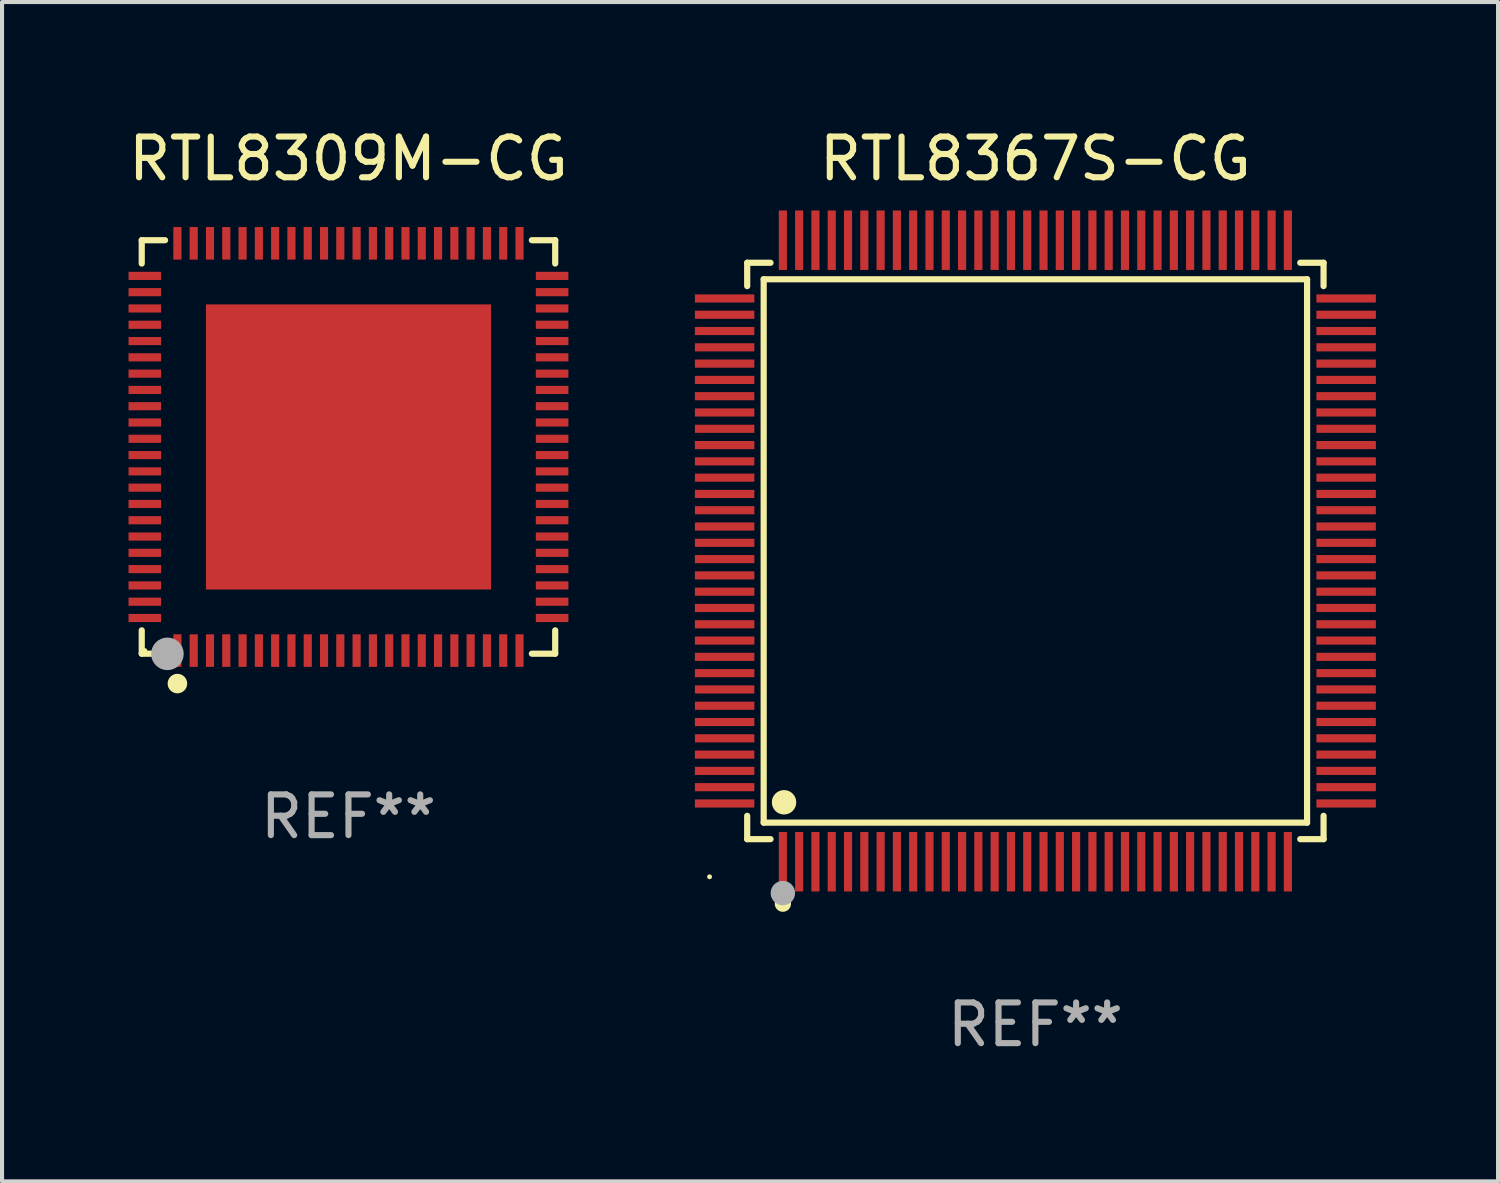
<source format=kicad_pcb>
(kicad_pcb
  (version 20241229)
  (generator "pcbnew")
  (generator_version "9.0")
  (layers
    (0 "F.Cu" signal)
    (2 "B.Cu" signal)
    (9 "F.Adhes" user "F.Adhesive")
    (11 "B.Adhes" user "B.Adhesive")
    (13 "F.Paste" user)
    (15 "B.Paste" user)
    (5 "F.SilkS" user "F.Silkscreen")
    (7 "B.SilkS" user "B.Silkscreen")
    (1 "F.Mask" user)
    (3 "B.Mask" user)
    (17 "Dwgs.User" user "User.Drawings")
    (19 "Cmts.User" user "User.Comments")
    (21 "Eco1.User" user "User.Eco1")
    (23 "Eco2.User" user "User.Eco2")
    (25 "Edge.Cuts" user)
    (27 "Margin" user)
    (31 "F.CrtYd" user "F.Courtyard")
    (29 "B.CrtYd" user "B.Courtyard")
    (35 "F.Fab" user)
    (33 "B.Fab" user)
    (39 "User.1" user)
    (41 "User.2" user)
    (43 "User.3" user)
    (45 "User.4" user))
  (footprint "RTL8367S-CG"
    (layer "F.Cu")
    (at 22.372 10.478)
    (property "Reference" "RTL8367S-CG" (at 0 -9.63 0) (layer "F.SilkS") (effects (font (size 1 1) (thickness 0.15))))
    (attr through_hole)
    (fp_line (start -7.076 -7.076) (end -6.503 -7.076) (stroke (width 0.152) (type solid)) (layer "F.SilkS"))
    (fp_line (start -7.076 -6.503) (end -7.076 -7.076) (stroke (width 0.152) (type solid)) (layer "F.SilkS"))
    (fp_line (start -7.076 6.503) (end -7.076 7.076) (stroke (width 0.152) (type solid)) (layer "F.SilkS"))
    (fp_line (start -7.076 7.076) (end -6.503 7.076) (stroke (width 0.152) (type solid)) (layer "F.SilkS"))
    (fp_line (start -6.671 -6.671) (end 6.671 -6.671) (stroke (width 0.152) (type solid)) (layer "F.SilkS"))
    (fp_line (start -6.671 6.671) (end -6.671 -6.671) (stroke (width 0.152) (type solid)) (layer "F.SilkS"))
    (fp_line (start 6.671 -6.671) (end 6.671 6.671) (stroke (width 0.152) (type solid)) (layer "F.SilkS"))
    (fp_line (start 6.671 6.671) (end -6.671 6.671) (stroke (width 0.152) (type solid)) (layer "F.SilkS"))
    (fp_line (start 7.076 -7.076) (end 6.503 -7.076) (stroke (width 0.152) (type solid)) (layer "F.SilkS"))
    (fp_line (start 7.076 -6.503) (end 7.076 -7.076) (stroke (width 0.152) (type solid)) (layer "F.SilkS"))
    (fp_line (start 7.076 6.503) (end 7.076 7.076) (stroke (width 0.152) (type solid)) (layer "F.SilkS"))
    (fp_line (start 7.076 7.076) (end 6.503 7.076) (stroke (width 0.152) (type solid)) (layer "F.SilkS"))
    (fp_circle (center -8 8) (end -7.97 8) (stroke (width 0.06) (type solid)) (fill no) (layer "F.SilkS"))
    (fp_circle (center -6.2 8.66) (end -6.1 8.66) (stroke (width 0.2) (type solid)) (fill no) (layer "F.SilkS"))
    (fp_circle (center -6.171 6.171) (end -6.021 6.171) (stroke (width 0.3) (type solid)) (fill no) (layer "F.SilkS"))
    (fp_circle (center -6.2 8.4) (end -6.05 8.4) (stroke (width 0.3) (type solid)) (fill no) (layer "F.Fab"))
    (fp_text user "REF**" (at 0 11.63 0) (layer "F.Fab") (effects (font (size 1 1) (thickness 0.15))))
    (pad "1" smd rect (at -6.2 7.63) (size 0.2 1.46) (layers "F.Cu" "F.Mask" "F.Paste"))
    (pad "2" smd rect (at -5.8 7.63) (size 0.2 1.46) (layers "F.Cu" "F.Mask" "F.Paste"))
    (pad "3" smd rect (at -5.4 7.63) (size 0.2 1.46) (layers "F.Cu" "F.Mask" "F.Paste"))
    (pad "4" smd rect (at -5 7.63) (size 0.2 1.46) (layers "F.Cu" "F.Mask" "F.Paste"))
    (pad "5" smd rect (at -4.6 7.63) (size 0.2 1.46) (layers "F.Cu" "F.Mask" "F.Paste"))
    (pad "6" smd rect (at -4.2 7.63) (size 0.2 1.46) (layers "F.Cu" "F.Mask" "F.Paste"))
    (pad "7" smd rect (at -3.8 7.63) (size 0.2 1.46) (layers "F.Cu" "F.Mask" "F.Paste"))
    (pad "8" smd rect (at -3.4 7.63) (size 0.2 1.46) (layers "F.Cu" "F.Mask" "F.Paste"))
    (pad "9" smd rect (at -3 7.63) (size 0.2 1.46) (layers "F.Cu" "F.Mask" "F.Paste"))
    (pad "10" smd rect (at -2.6 7.63) (size 0.2 1.46) (layers "F.Cu" "F.Mask" "F.Paste"))
    (pad "11" smd rect (at -2.2 7.63) (size 0.2 1.46) (layers "F.Cu" "F.Mask" "F.Paste"))
    (pad "12" smd rect (at -1.8 7.63) (size 0.2 1.46) (layers "F.Cu" "F.Mask" "F.Paste"))
    (pad "13" smd rect (at -1.4 7.63) (size 0.2 1.46) (layers "F.Cu" "F.Mask" "F.Paste"))
    (pad "14" smd rect (at -1 7.63) (size 0.2 1.46) (layers "F.Cu" "F.Mask" "F.Paste"))
    (pad "15" smd rect (at -0.6 7.63) (size 0.2 1.46) (layers "F.Cu" "F.Mask" "F.Paste"))
    (pad "16" smd rect (at -0.2 7.63) (size 0.2 1.46) (layers "F.Cu" "F.Mask" "F.Paste"))
    (pad "17" smd rect (at 0.2 7.63) (size 0.2 1.46) (layers "F.Cu" "F.Mask" "F.Paste"))
    (pad "18" smd rect (at 0.6 7.63) (size 0.2 1.46) (layers "F.Cu" "F.Mask" "F.Paste"))
    (pad "19" smd rect (at 1 7.63) (size 0.2 1.46) (layers "F.Cu" "F.Mask" "F.Paste"))
    (pad "20" smd rect (at 1.4 7.63) (size 0.2 1.46) (layers "F.Cu" "F.Mask" "F.Paste"))
    (pad "21" smd rect (at 1.8 7.63) (size 0.2 1.46) (layers "F.Cu" "F.Mask" "F.Paste"))
    (pad "22" smd rect (at 2.2 7.63) (size 0.2 1.46) (layers "F.Cu" "F.Mask" "F.Paste"))
    (pad "23" smd rect (at 2.6 7.63) (size 0.2 1.46) (layers "F.Cu" "F.Mask" "F.Paste"))
    (pad "24" smd rect (at 3 7.63) (size 0.2 1.46) (layers "F.Cu" "F.Mask" "F.Paste"))
    (pad "25" smd rect (at 3.4 7.63) (size 0.2 1.46) (layers "F.Cu" "F.Mask" "F.Paste"))
    (pad "26" smd rect (at 3.8 7.63) (size 0.2 1.46) (layers "F.Cu" "F.Mask" "F.Paste"))
    (pad "27" smd rect (at 4.2 7.63) (size 0.2 1.46) (layers "F.Cu" "F.Mask" "F.Paste"))
    (pad "28" smd rect (at 4.6 7.63) (size 0.2 1.46) (layers "F.Cu" "F.Mask" "F.Paste"))
    (pad "29" smd rect (at 5 7.63) (size 0.2 1.46) (layers "F.Cu" "F.Mask" "F.Paste"))
    (pad "30" smd rect (at 5.4 7.63) (size 0.2 1.46) (layers "F.Cu" "F.Mask" "F.Paste"))
    (pad "31" smd rect (at 5.8 7.63) (size 0.2 1.46) (layers "F.Cu" "F.Mask" "F.Paste"))
    (pad "32" smd rect (at 6.2 7.63) (size 0.2 1.46) (layers "F.Cu" "F.Mask" "F.Paste"))
    (pad "33" smd rect (at 7.63 6.2) (size 1.46 0.2) (layers "F.Cu" "F.Mask" "F.Paste"))
    (pad "34" smd rect (at 7.63 5.8) (size 1.46 0.2) (layers "F.Cu" "F.Mask" "F.Paste"))
    (pad "35" smd rect (at 7.63 5.4) (size 1.46 0.2) (layers "F.Cu" "F.Mask" "F.Paste"))
    (pad "36" smd rect (at 7.63 5) (size 1.46 0.2) (layers "F.Cu" "F.Mask" "F.Paste"))
    (pad "37" smd rect (at 7.63 4.6) (size 1.46 0.2) (layers "F.Cu" "F.Mask" "F.Paste"))
    (pad "38" smd rect (at 7.63 4.2) (size 1.46 0.2) (layers "F.Cu" "F.Mask" "F.Paste"))
    (pad "39" smd rect (at 7.63 3.8) (size 1.46 0.2) (layers "F.Cu" "F.Mask" "F.Paste"))
    (pad "40" smd rect (at 7.63 3.4) (size 1.46 0.2) (layers "F.Cu" "F.Mask" "F.Paste"))
    (pad "41" smd rect (at 7.63 3) (size 1.46 0.2) (layers "F.Cu" "F.Mask" "F.Paste"))
    (pad "42" smd rect (at 7.63 2.6) (size 1.46 0.2) (layers "F.Cu" "F.Mask" "F.Paste"))
    (pad "43" smd rect (at 7.63 2.2) (size 1.46 0.2) (layers "F.Cu" "F.Mask" "F.Paste"))
    (pad "44" smd rect (at 7.63 1.8) (size 1.46 0.2) (layers "F.Cu" "F.Mask" "F.Paste"))
    (pad "45" smd rect (at 7.63 1.4) (size 1.46 0.2) (layers "F.Cu" "F.Mask" "F.Paste"))
    (pad "46" smd rect (at 7.63 1) (size 1.46 0.2) (layers "F.Cu" "F.Mask" "F.Paste"))
    (pad "47" smd rect (at 7.63 0.6) (size 1.46 0.2) (layers "F.Cu" "F.Mask" "F.Paste"))
    (pad "48" smd rect (at 7.63 0.2) (size 1.46 0.2) (layers "F.Cu" "F.Mask" "F.Paste"))
    (pad "49" smd rect (at 7.63 -0.2) (size 1.46 0.2) (layers "F.Cu" "F.Mask" "F.Paste"))
    (pad "50" smd rect (at 7.63 -0.6) (size 1.46 0.2) (layers "F.Cu" "F.Mask" "F.Paste"))
    (pad "51" smd rect (at 7.63 -1) (size 1.46 0.2) (layers "F.Cu" "F.Mask" "F.Paste"))
    (pad "52" smd rect (at 7.63 -1.4) (size 1.46 0.2) (layers "F.Cu" "F.Mask" "F.Paste"))
    (pad "53" smd rect (at 7.63 -1.8) (size 1.46 0.2) (layers "F.Cu" "F.Mask" "F.Paste"))
    (pad "54" smd rect (at 7.63 -2.2) (size 1.46 0.2) (layers "F.Cu" "F.Mask" "F.Paste"))
    (pad "55" smd rect (at 7.63 -2.6) (size 1.46 0.2) (layers "F.Cu" "F.Mask" "F.Paste"))
    (pad "56" smd rect (at 7.63 -3) (size 1.46 0.2) (layers "F.Cu" "F.Mask" "F.Paste"))
    (pad "57" smd rect (at 7.63 -3.4) (size 1.46 0.2) (layers "F.Cu" "F.Mask" "F.Paste"))
    (pad "58" smd rect (at 7.63 -3.8) (size 1.46 0.2) (layers "F.Cu" "F.Mask" "F.Paste"))
    (pad "59" smd rect (at 7.63 -4.2) (size 1.46 0.2) (layers "F.Cu" "F.Mask" "F.Paste"))
    (pad "60" smd rect (at 7.63 -4.6) (size 1.46 0.2) (layers "F.Cu" "F.Mask" "F.Paste"))
    (pad "61" smd rect (at 7.63 -5) (size 1.46 0.2) (layers "F.Cu" "F.Mask" "F.Paste"))
    (pad "62" smd rect (at 7.63 -5.4) (size 1.46 0.2) (layers "F.Cu" "F.Mask" "F.Paste"))
    (pad "63" smd rect (at 7.63 -5.8) (size 1.46 0.2) (layers "F.Cu" "F.Mask" "F.Paste"))
    (pad "64" smd rect (at 7.63 -6.2) (size 1.46 0.2) (layers "F.Cu" "F.Mask" "F.Paste"))
    (pad "65" smd rect (at 6.2 -7.63) (size 0.2 1.46) (layers "F.Cu" "F.Mask" "F.Paste"))
    (pad "66" smd rect (at 5.8 -7.63) (size 0.2 1.46) (layers "F.Cu" "F.Mask" "F.Paste"))
    (pad "67" smd rect (at 5.4 -7.63) (size 0.2 1.46) (layers "F.Cu" "F.Mask" "F.Paste"))
    (pad "68" smd rect (at 5 -7.63) (size 0.2 1.46) (layers "F.Cu" "F.Mask" "F.Paste"))
    (pad "69" smd rect (at 4.6 -7.63) (size 0.2 1.46) (layers "F.Cu" "F.Mask" "F.Paste"))
    (pad "70" smd rect (at 4.2 -7.63) (size 0.2 1.46) (layers "F.Cu" "F.Mask" "F.Paste"))
    (pad "71" smd rect (at 3.8 -7.63) (size 0.2 1.46) (layers "F.Cu" "F.Mask" "F.Paste"))
    (pad "72" smd rect (at 3.4 -7.63) (size 0.2 1.46) (layers "F.Cu" "F.Mask" "F.Paste"))
    (pad "73" smd rect (at 3 -7.63) (size 0.2 1.46) (layers "F.Cu" "F.Mask" "F.Paste"))
    (pad "74" smd rect (at 2.6 -7.63) (size 0.2 1.46) (layers "F.Cu" "F.Mask" "F.Paste"))
    (pad "75" smd rect (at 2.2 -7.63) (size 0.2 1.46) (layers "F.Cu" "F.Mask" "F.Paste"))
    (pad "76" smd rect (at 1.8 -7.63) (size 0.2 1.46) (layers "F.Cu" "F.Mask" "F.Paste"))
    (pad "77" smd rect (at 1.4 -7.63) (size 0.2 1.46) (layers "F.Cu" "F.Mask" "F.Paste"))
    (pad "78" smd rect (at 1 -7.63) (size 0.2 1.46) (layers "F.Cu" "F.Mask" "F.Paste"))
    (pad "79" smd rect (at 0.6 -7.63) (size 0.2 1.46) (layers "F.Cu" "F.Mask" "F.Paste"))
    (pad "80" smd rect (at 0.2 -7.63) (size 0.2 1.46) (layers "F.Cu" "F.Mask" "F.Paste"))
    (pad "81" smd rect (at -0.2 -7.63) (size 0.2 1.46) (layers "F.Cu" "F.Mask" "F.Paste"))
    (pad "82" smd rect (at -0.6 -7.63) (size 0.2 1.46) (layers "F.Cu" "F.Mask" "F.Paste"))
    (pad "83" smd rect (at -1 -7.63) (size 0.2 1.46) (layers "F.Cu" "F.Mask" "F.Paste"))
    (pad "84" smd rect (at -1.4 -7.63) (size 0.2 1.46) (layers "F.Cu" "F.Mask" "F.Paste"))
    (pad "85" smd rect (at -1.8 -7.63) (size 0.2 1.46) (layers "F.Cu" "F.Mask" "F.Paste"))
    (pad "86" smd rect (at -2.2 -7.63) (size 0.2 1.46) (layers "F.Cu" "F.Mask" "F.Paste"))
    (pad "87" smd rect (at -2.6 -7.63) (size 0.2 1.46) (layers "F.Cu" "F.Mask" "F.Paste"))
    (pad "88" smd rect (at -3 -7.63) (size 0.2 1.46) (layers "F.Cu" "F.Mask" "F.Paste"))
    (pad "89" smd rect (at -3.4 -7.63) (size 0.2 1.46) (layers "F.Cu" "F.Mask" "F.Paste"))
    (pad "90" smd rect (at -3.8 -7.63) (size 0.2 1.46) (layers "F.Cu" "F.Mask" "F.Paste"))
    (pad "91" smd rect (at -4.2 -7.63) (size 0.2 1.46) (layers "F.Cu" "F.Mask" "F.Paste"))
    (pad "92" smd rect (at -4.6 -7.63) (size 0.2 1.46) (layers "F.Cu" "F.Mask" "F.Paste"))
    (pad "93" smd rect (at -5 -7.63) (size 0.2 1.46) (layers "F.Cu" "F.Mask" "F.Paste"))
    (pad "94" smd rect (at -5.4 -7.63) (size 0.2 1.46) (layers "F.Cu" "F.Mask" "F.Paste"))
    (pad "95" smd rect (at -5.8 -7.63) (size 0.2 1.46) (layers "F.Cu" "F.Mask" "F.Paste"))
    (pad "96" smd rect (at -6.2 -7.63) (size 0.2 1.46) (layers "F.Cu" "F.Mask" "F.Paste"))
    (pad "97" smd rect (at -7.63 -6.2) (size 1.46 0.2) (layers "F.Cu" "F.Mask" "F.Paste"))
    (pad "98" smd rect (at -7.63 -5.8) (size 1.46 0.2) (layers "F.Cu" "F.Mask" "F.Paste"))
    (pad "99" smd rect (at -7.63 -5.4) (size 1.46 0.2) (layers "F.Cu" "F.Mask" "F.Paste"))
    (pad "100" smd rect (at -7.63 -5) (size 1.46 0.2) (layers "F.Cu" "F.Mask" "F.Paste"))
    (pad "101" smd rect (at -7.63 -4.6) (size 1.46 0.2) (layers "F.Cu" "F.Mask" "F.Paste"))
    (pad "102" smd rect (at -7.63 -4.2) (size 1.46 0.2) (layers "F.Cu" "F.Mask" "F.Paste"))
    (pad "103" smd rect (at -7.63 -3.8) (size 1.46 0.2) (layers "F.Cu" "F.Mask" "F.Paste"))
    (pad "104" smd rect (at -7.63 -3.4) (size 1.46 0.2) (layers "F.Cu" "F.Mask" "F.Paste"))
    (pad "105" smd rect (at -7.63 -3) (size 1.46 0.2) (layers "F.Cu" "F.Mask" "F.Paste"))
    (pad "106" smd rect (at -7.63 -2.6) (size 1.46 0.2) (layers "F.Cu" "F.Mask" "F.Paste"))
    (pad "107" smd rect (at -7.63 -2.2) (size 1.46 0.2) (layers "F.Cu" "F.Mask" "F.Paste"))
    (pad "108" smd rect (at -7.63 -1.8) (size 1.46 0.2) (layers "F.Cu" "F.Mask" "F.Paste"))
    (pad "109" smd rect (at -7.63 -1.4) (size 1.46 0.2) (layers "F.Cu" "F.Mask" "F.Paste"))
    (pad "110" smd rect (at -7.63 -1) (size 1.46 0.2) (layers "F.Cu" "F.Mask" "F.Paste"))
    (pad "111" smd rect (at -7.63 -0.6) (size 1.46 0.2) (layers "F.Cu" "F.Mask" "F.Paste"))
    (pad "112" smd rect (at -7.63 -0.2) (size 1.46 0.2) (layers "F.Cu" "F.Mask" "F.Paste"))
    (pad "113" smd rect (at -7.63 0.2) (size 1.46 0.2) (layers "F.Cu" "F.Mask" "F.Paste"))
    (pad "114" smd rect (at -7.63 0.6) (size 1.46 0.2) (layers "F.Cu" "F.Mask" "F.Paste"))
    (pad "115" smd rect (at -7.63 1) (size 1.46 0.2) (layers "F.Cu" "F.Mask" "F.Paste"))
    (pad "116" smd rect (at -7.63 1.4) (size 1.46 0.2) (layers "F.Cu" "F.Mask" "F.Paste"))
    (pad "117" smd rect (at -7.63 1.8) (size 1.46 0.2) (layers "F.Cu" "F.Mask" "F.Paste"))
    (pad "118" smd rect (at -7.63 2.2) (size 1.46 0.2) (layers "F.Cu" "F.Mask" "F.Paste"))
    (pad "119" smd rect (at -7.63 2.6) (size 1.46 0.2) (layers "F.Cu" "F.Mask" "F.Paste"))
    (pad "120" smd rect (at -7.63 3) (size 1.46 0.2) (layers "F.Cu" "F.Mask" "F.Paste"))
    (pad "121" smd rect (at -7.63 3.4) (size 1.46 0.2) (layers "F.Cu" "F.Mask" "F.Paste"))
    (pad "122" smd rect (at -7.63 3.8) (size 1.46 0.2) (layers "F.Cu" "F.Mask" "F.Paste"))
    (pad "123" smd rect (at -7.63 4.2) (size 1.46 0.2) (layers "F.Cu" "F.Mask" "F.Paste"))
    (pad "124" smd rect (at -7.63 4.6) (size 1.46 0.2) (layers "F.Cu" "F.Mask" "F.Paste"))
    (pad "125" smd rect (at -7.63 5) (size 1.46 0.2) (layers "F.Cu" "F.Mask" "F.Paste"))
    (pad "126" smd rect (at -7.63 5.4) (size 1.46 0.2) (layers "F.Cu" "F.Mask" "F.Paste"))
    (pad "127" smd rect (at -7.63 5.8) (size 1.46 0.2) (layers "F.Cu" "F.Mask" "F.Paste"))
    (pad "128" smd rect (at -7.63 6.2) (size 1.46 0.2) (layers "F.Cu" "F.Mask" "F.Paste")))
  (footprint "RTL8309M-CG"
    (layer "F.Cu")
    (at 5.506 7.924)
    (property "Reference" "RTL8309M-CG" (at 0 -7.076 0) (layer "F.SilkS") (effects (font (size 1 1) (thickness 0.15))))
    (attr through_hole)
    (fp_line (start -5.076 -5.076) (end -4.503 -5.076) (stroke (width 0.152) (type solid)) (layer "F.SilkS"))
    (fp_line (start -5.076 -4.503) (end -5.076 -5.076) (stroke (width 0.152) (type solid)) (layer "F.SilkS"))
    (fp_line (start -5.076 4.503) (end -5.076 5.076) (stroke (width 0.152) (type solid)) (layer "F.SilkS"))
    (fp_line (start -5.076 5.076) (end -4.503 5.076) (stroke (width 0.152) (type solid)) (layer "F.SilkS"))
    (fp_line (start 5.076 -5.076) (end 4.503 -5.076) (stroke (width 0.152) (type solid)) (layer "F.SilkS"))
    (fp_line (start 5.076 -4.503) (end 5.076 -5.076) (stroke (width 0.152) (type solid)) (layer "F.SilkS"))
    (fp_line (start 5.076 4.503) (end 5.076 5.076) (stroke (width 0.152) (type solid)) (layer "F.SilkS"))
    (fp_line (start 5.076 5.076) (end 4.503 5.076) (stroke (width 0.152) (type solid)) (layer "F.SilkS"))
    (fp_circle (center -5 5) (end -4.97 5) (stroke (width 0.06) (type solid)) (fill no) (layer "F.SilkS"))
    (fp_circle (center -4.2 5.81) (end -4.08 5.81) (stroke (width 0.24) (type solid)) (fill no) (layer "F.SilkS"))
    (fp_circle (center -4.445 5.08) (end -4.245 5.08) (stroke (width 0.4) (type solid)) (fill no) (layer "F.Fab"))
    (fp_text user "REF**" (at 0 9.076 0) (layer "F.Fab") (effects (font (size 1 1) (thickness 0.15))))
    (pad "1" smd rect (at -4.2 5) (size 0.2 0.8) (layers "F.Cu" "F.Mask" "F.Paste"))
    (pad "2" smd rect (at -3.8 5) (size 0.2 0.8) (layers "F.Cu" "F.Mask" "F.Paste"))
    (pad "3" smd rect (at -3.4 5) (size 0.2 0.8) (layers "F.Cu" "F.Mask" "F.Paste"))
    (pad "4" smd rect (at -3 5) (size 0.2 0.8) (layers "F.Cu" "F.Mask" "F.Paste"))
    (pad "5" smd rect (at -2.6 5) (size 0.2 0.8) (layers "F.Cu" "F.Mask" "F.Paste"))
    (pad "6" smd rect (at -2.2 5) (size 0.2 0.8) (layers "F.Cu" "F.Mask" "F.Paste"))
    (pad "7" smd rect (at -1.8 5) (size 0.2 0.8) (layers "F.Cu" "F.Mask" "F.Paste"))
    (pad "8" smd rect (at -1.4 5) (size 0.2 0.8) (layers "F.Cu" "F.Mask" "F.Paste"))
    (pad "9" smd rect (at -1 5) (size 0.2 0.8) (layers "F.Cu" "F.Mask" "F.Paste"))
    (pad "10" smd rect (at -0.6 5) (size 0.2 0.8) (layers "F.Cu" "F.Mask" "F.Paste"))
    (pad "11" smd rect (at -0.2 5) (size 0.2 0.8) (layers "F.Cu" "F.Mask" "F.Paste"))
    (pad "12" smd rect (at 0.2 5) (size 0.2 0.8) (layers "F.Cu" "F.Mask" "F.Paste"))
    (pad "13" smd rect (at 0.6 5) (size 0.2 0.8) (layers "F.Cu" "F.Mask" "F.Paste"))
    (pad "14" smd rect (at 1 5) (size 0.2 0.8) (layers "F.Cu" "F.Mask" "F.Paste"))
    (pad "15" smd rect (at 1.4 5) (size 0.2 0.8) (layers "F.Cu" "F.Mask" "F.Paste"))
    (pad "16" smd rect (at 1.8 5) (size 0.2 0.8) (layers "F.Cu" "F.Mask" "F.Paste"))
    (pad "17" smd rect (at 2.2 5) (size 0.2 0.8) (layers "F.Cu" "F.Mask" "F.Paste"))
    (pad "18" smd rect (at 2.6 5) (size 0.2 0.8) (layers "F.Cu" "F.Mask" "F.Paste"))
    (pad "19" smd rect (at 3 5) (size 0.2 0.8) (layers "F.Cu" "F.Mask" "F.Paste"))
    (pad "20" smd rect (at 3.4 5) (size 0.2 0.8) (layers "F.Cu" "F.Mask" "F.Paste"))
    (pad "21" smd rect (at 3.8 5) (size 0.2 0.8) (layers "F.Cu" "F.Mask" "F.Paste"))
    (pad "22" smd rect (at 4.2 5) (size 0.2 0.8) (layers "F.Cu" "F.Mask" "F.Paste"))
    (pad "23" smd rect (at 5 4.2) (size 0.8 0.2) (layers "F.Cu" "F.Mask" "F.Paste"))
    (pad "24" smd rect (at 5 3.8) (size 0.8 0.2) (layers "F.Cu" "F.Mask" "F.Paste"))
    (pad "25" smd rect (at 5 3.4) (size 0.8 0.2) (layers "F.Cu" "F.Mask" "F.Paste"))
    (pad "26" smd rect (at 5 3) (size 0.8 0.2) (layers "F.Cu" "F.Mask" "F.Paste"))
    (pad "27" smd rect (at 5 2.6) (size 0.8 0.2) (layers "F.Cu" "F.Mask" "F.Paste"))
    (pad "28" smd rect (at 5 2.2) (size 0.8 0.2) (layers "F.Cu" "F.Mask" "F.Paste"))
    (pad "29" smd rect (at 5 1.8) (size 0.8 0.2) (layers "F.Cu" "F.Mask" "F.Paste"))
    (pad "30" smd rect (at 5 1.4) (size 0.8 0.2) (layers "F.Cu" "F.Mask" "F.Paste"))
    (pad "31" smd rect (at 5 1) (size 0.8 0.2) (layers "F.Cu" "F.Mask" "F.Paste"))
    (pad "32" smd rect (at 5 0.6) (size 0.8 0.2) (layers "F.Cu" "F.Mask" "F.Paste"))
    (pad "33" smd rect (at 5 0.2) (size 0.8 0.2) (layers "F.Cu" "F.Mask" "F.Paste"))
    (pad "34" smd rect (at 5 -0.2) (size 0.8 0.2) (layers "F.Cu" "F.Mask" "F.Paste"))
    (pad "35" smd rect (at 5 -0.6) (size 0.8 0.2) (layers "F.Cu" "F.Mask" "F.Paste"))
    (pad "36" smd rect (at 5 -1) (size 0.8 0.2) (layers "F.Cu" "F.Mask" "F.Paste"))
    (pad "37" smd rect (at 5 -1.4) (size 0.8 0.2) (layers "F.Cu" "F.Mask" "F.Paste"))
    (pad "38" smd rect (at 5 -1.8) (size 0.8 0.2) (layers "F.Cu" "F.Mask" "F.Paste"))
    (pad "39" smd rect (at 5 -2.2) (size 0.8 0.2) (layers "F.Cu" "F.Mask" "F.Paste"))
    (pad "40" smd rect (at 5 -2.6) (size 0.8 0.2) (layers "F.Cu" "F.Mask" "F.Paste"))
    (pad "41" smd rect (at 5 -3) (size 0.8 0.2) (layers "F.Cu" "F.Mask" "F.Paste"))
    (pad "42" smd rect (at 5 -3.4) (size 0.8 0.2) (layers "F.Cu" "F.Mask" "F.Paste"))
    (pad "43" smd rect (at 5 -3.8) (size 0.8 0.2) (layers "F.Cu" "F.Mask" "F.Paste"))
    (pad "44" smd rect (at 5 -4.2) (size 0.8 0.2) (layers "F.Cu" "F.Mask" "F.Paste"))
    (pad "45" smd rect (at 4.2 -5) (size 0.2 0.8) (layers "F.Cu" "F.Mask" "F.Paste"))
    (pad "46" smd rect (at 3.8 -5) (size 0.2 0.8) (layers "F.Cu" "F.Mask" "F.Paste"))
    (pad "47" smd rect (at 3.4 -5) (size 0.2 0.8) (layers "F.Cu" "F.Mask" "F.Paste"))
    (pad "48" smd rect (at 3 -5) (size 0.2 0.8) (layers "F.Cu" "F.Mask" "F.Paste"))
    (pad "49" smd rect (at 2.6 -5) (size 0.2 0.8) (layers "F.Cu" "F.Mask" "F.Paste"))
    (pad "50" smd rect (at 2.2 -5) (size 0.2 0.8) (layers "F.Cu" "F.Mask" "F.Paste"))
    (pad "51" smd rect (at 1.8 -5) (size 0.2 0.8) (layers "F.Cu" "F.Mask" "F.Paste"))
    (pad "52" smd rect (at 1.4 -5) (size 0.2 0.8) (layers "F.Cu" "F.Mask" "F.Paste"))
    (pad "53" smd rect (at 1 -5) (size 0.2 0.8) (layers "F.Cu" "F.Mask" "F.Paste"))
    (pad "54" smd rect (at 0.6 -5) (size 0.2 0.8) (layers "F.Cu" "F.Mask" "F.Paste"))
    (pad "55" smd rect (at 0.2 -5) (size 0.2 0.8) (layers "F.Cu" "F.Mask" "F.Paste"))
    (pad "56" smd rect (at -0.2 -5) (size 0.2 0.8) (layers "F.Cu" "F.Mask" "F.Paste"))
    (pad "57" smd rect (at -0.6 -5) (size 0.2 0.8) (layers "F.Cu" "F.Mask" "F.Paste"))
    (pad "58" smd rect (at -1 -5) (size 0.2 0.8) (layers "F.Cu" "F.Mask" "F.Paste"))
    (pad "59" smd rect (at -1.4 -5) (size 0.2 0.8) (layers "F.Cu" "F.Mask" "F.Paste"))
    (pad "60" smd rect (at -1.8 -5) (size 0.2 0.8) (layers "F.Cu" "F.Mask" "F.Paste"))
    (pad "61" smd rect (at -2.2 -5) (size 0.2 0.8) (layers "F.Cu" "F.Mask" "F.Paste"))
    (pad "62" smd rect (at -2.6 -5) (size 0.2 0.8) (layers "F.Cu" "F.Mask" "F.Paste"))
    (pad "63" smd rect (at -3 -5) (size 0.2 0.8) (layers "F.Cu" "F.Mask" "F.Paste"))
    (pad "64" smd rect (at -3.4 -5) (size 0.2 0.8) (layers "F.Cu" "F.Mask" "F.Paste"))
    (pad "65" smd rect (at -3.8 -5) (size 0.2 0.8) (layers "F.Cu" "F.Mask" "F.Paste"))
    (pad "66" smd rect (at -4.2 -5) (size 0.2 0.8) (layers "F.Cu" "F.Mask" "F.Paste"))
    (pad "67" smd rect (at -5 -4.2) (size 0.8 0.2) (layers "F.Cu" "F.Mask" "F.Paste"))
    (pad "68" smd rect (at -5 -3.8) (size 0.8 0.2) (layers "F.Cu" "F.Mask" "F.Paste"))
    (pad "69" smd rect (at -5 -3.4) (size 0.8 0.2) (layers "F.Cu" "F.Mask" "F.Paste"))
    (pad "70" smd rect (at -5 -3) (size 0.8 0.2) (layers "F.Cu" "F.Mask" "F.Paste"))
    (pad "71" smd rect (at -5 -2.6) (size 0.8 0.2) (layers "F.Cu" "F.Mask" "F.Paste"))
    (pad "72" smd rect (at -5 -2.2) (size 0.8 0.2) (layers "F.Cu" "F.Mask" "F.Paste"))
    (pad "73" smd rect (at -5 -1.8) (size 0.8 0.2) (layers "F.Cu" "F.Mask" "F.Paste"))
    (pad "74" smd rect (at -5 -1.4) (size 0.8 0.2) (layers "F.Cu" "F.Mask" "F.Paste"))
    (pad "75" smd rect (at -5 -1) (size 0.8 0.2) (layers "F.Cu" "F.Mask" "F.Paste"))
    (pad "76" smd rect (at -5 -0.6) (size 0.8 0.2) (layers "F.Cu" "F.Mask" "F.Paste"))
    (pad "77" smd rect (at -5 -0.2) (size 0.8 0.2) (layers "F.Cu" "F.Mask" "F.Paste"))
    (pad "78" smd rect (at -5 0.2) (size 0.8 0.2) (layers "F.Cu" "F.Mask" "F.Paste"))
    (pad "79" smd rect (at -5 0.6) (size 0.8 0.2) (layers "F.Cu" "F.Mask" "F.Paste"))
    (pad "80" smd rect (at -5 1) (size 0.8 0.2) (layers "F.Cu" "F.Mask" "F.Paste"))
    (pad "81" smd rect (at -5 1.4) (size 0.8 0.2) (layers "F.Cu" "F.Mask" "F.Paste"))
    (pad "82" smd rect (at -5 1.8) (size 0.8 0.2) (layers "F.Cu" "F.Mask" "F.Paste"))
    (pad "83" smd rect (at -5 2.2) (size 0.8 0.2) (layers "F.Cu" "F.Mask" "F.Paste"))
    (pad "84" smd rect (at -5 2.6) (size 0.8 0.2) (layers "F.Cu" "F.Mask" "F.Paste"))
    (pad "85" smd rect (at -5 3) (size 0.8 0.2) (layers "F.Cu" "F.Mask" "F.Paste"))
    (pad "86" smd rect (at -5 3.4) (size 0.8 0.2) (layers "F.Cu" "F.Mask" "F.Paste"))
    (pad "87" smd rect (at -5 3.8) (size 0.8 0.2) (layers "F.Cu" "F.Mask" "F.Paste"))
    (pad "88" smd rect (at -5 4.2) (size 0.8 0.2) (layers "F.Cu" "F.Mask" "F.Paste"))
    (pad "89" smd rect (at 0 0) (size 7 7) (layers "F.Cu" "F.Mask" "F.Paste")))
  (gr_rect
    (start -3 -3)
    (end 33.732 25.956)
    (stroke (width 0.1) (type default))
    (fill no)
    (layer "Edge.Cuts")))
</source>
